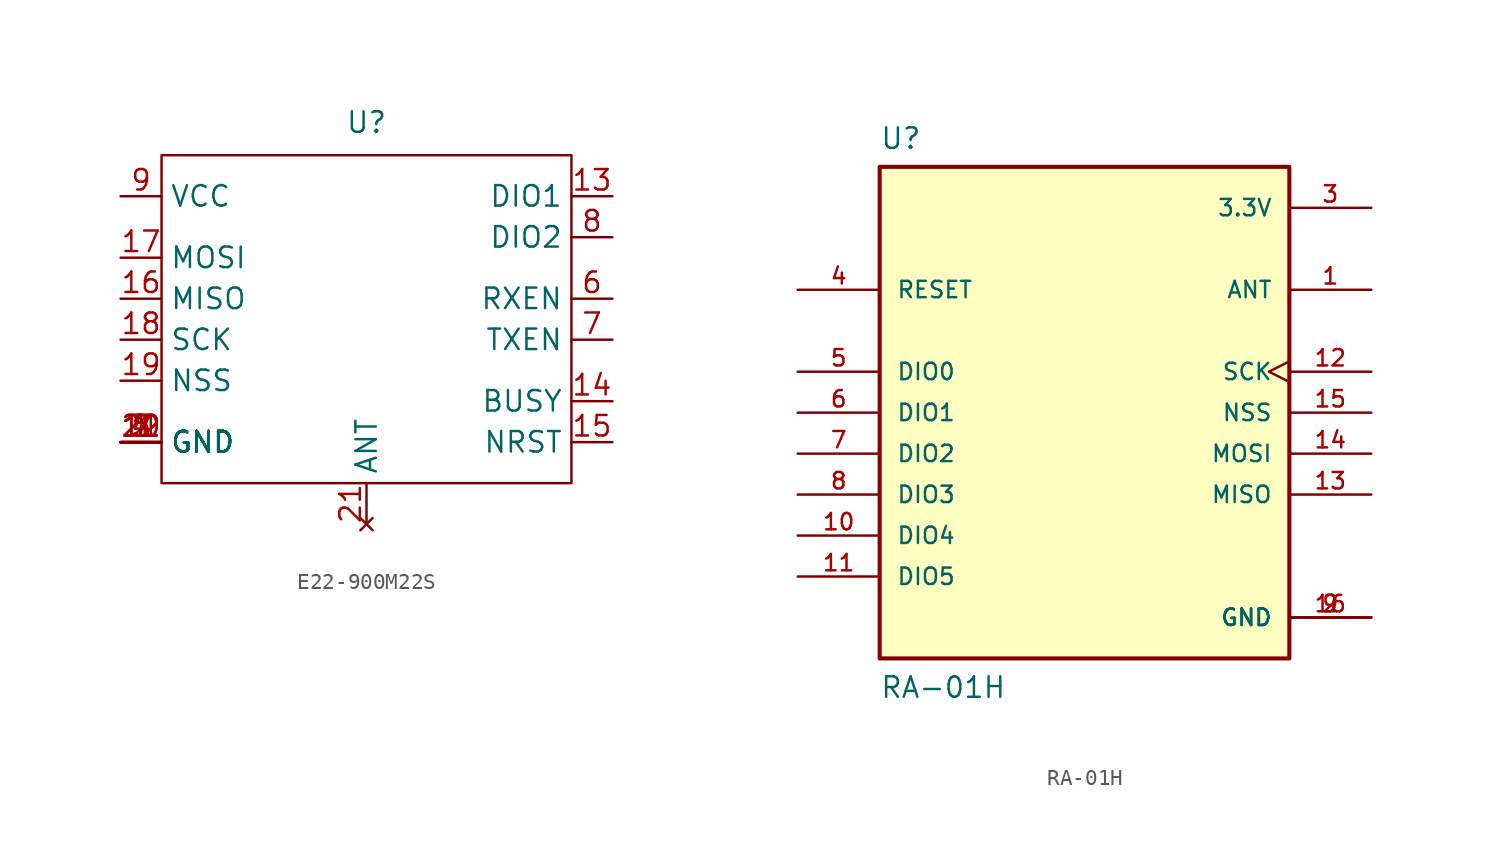
<source format=kicad_sym>
(kicad_symbol_lib
  (version 20231120)
  (generator "kicad_symbol_editor")
  (generator_version "8.0")
  (symbol "E22-900M22S"
    (property "Reference" "U"
      (at 0 12.192 0)
      (effects (font (size 1.27 1.27))))
    (property "Value" ""
      (at -12.065 12.065 0)
      (effects (font (size 1.27 1.27))))
    (symbol "E22-900M22S_0_1"
      (rectangle (start -12.7 10.16) (end 12.7 -10.16) (stroke (width 0) (type default)) (fill (type none))))
    (symbol "E22-900M22S_1_1"
      (pin power_in line (at -15.24 -7.62 0) (length 2.54) (name "GND" (effects (font (size 1.27 1.27)))) (number "1" (effects (font (size 1.27 1.27)))))
      (pin power_in line (at -15.24 -7.62 0) (length 2.54) (name "GND" (effects (font (size 1.27 1.27)))) (number "10" (effects (font (size 1.27 1.27)))))
      (pin power_in line (at -15.24 -7.62 0) (length 2.54) (name "GND" (effects (font (size 1.27 1.27)))) (number "11" (effects (font (size 1.27 1.27)))))
      (pin power_in line (at -15.24 -7.62 0) (length 2.54) (name "GND" (effects (font (size 1.27 1.27)))) (number "12" (effects (font (size 1.27 1.27)))))
      (pin bidirectional line (at 15.24 7.62 180) (length 2.54) (name "DIO1" (effects (font (size 1.27 1.27)))) (number "13" (effects (font (size 1.27 1.27)))))
      (pin output line (at 15.24 -5.08 180) (length 2.54) (name "BUSY" (effects (font (size 1.27 1.27)))) (number "14" (effects (font (size 1.27 1.27)))))
      (pin input line (at 15.24 -7.62 180) (length 2.54) (name "NRST" (effects (font (size 1.27 1.27)))) (number "15" (effects (font (size 1.27 1.27)))))
      (pin output line (at -15.24 1.27 0) (length 2.54) (name "MISO" (effects (font (size 1.27 1.27)))) (number "16" (effects (font (size 1.27 1.27)))))
      (pin input line (at -15.24 3.81 0) (length 2.54) (name "MOSI" (effects (font (size 1.27 1.27)))) (number "17" (effects (font (size 1.27 1.27)))))
      (pin input line (at -15.24 -1.27 0) (length 2.54) (name "SCK" (effects (font (size 1.27 1.27)))) (number "18" (effects (font (size 1.27 1.27)))))
      (pin input line (at -15.24 -3.81 0) (length 2.54) (name "NSS" (effects (font (size 1.27 1.27)))) (number "19" (effects (font (size 1.27 1.27)))))
      (pin power_in line (at -15.24 -7.62 0) (length 2.54) (name "GND" (effects (font (size 1.27 1.27)))) (number "2" (effects (font (size 1.27 1.27)))))
      (pin power_in line (at -15.24 -7.62 0) (length 2.54) (name "GND" (effects (font (size 1.27 1.27)))) (number "20" (effects (font (size 1.27 1.27)))))
      (pin no_connect line (at 0 -12.7 90) (length 2.54) (name "ANT" (effects (font (size 1.27 1.27)))) (number "21" (effects (font (size 1.27 1.27)))))
      (pin power_in line (at -15.24 -7.62 0) (length 2.54) (name "GND" (effects (font (size 1.27 1.27)))) (number "22" (effects (font (size 1.27 1.27)))))
      (pin power_in line (at -15.24 -7.62 0) (length 2.54) (name "GND" (effects (font (size 1.27 1.27)))) (number "3" (effects (font (size 1.27 1.27)))))
      (pin power_in line (at -15.24 -7.62 0) (length 2.54) (name "GND" (effects (font (size 1.27 1.27)))) (number "4" (effects (font (size 1.27 1.27)))))
      (pin power_in line (at -15.24 -7.62 0) (length 2.54) (name "GND" (effects (font (size 1.27 1.27)))) (number "5" (effects (font (size 1.27 1.27)))))
      (pin input line (at 15.24 1.27 180) (length 2.54) (name "RXEN" (effects (font (size 1.27 1.27)))) (number "6" (effects (font (size 1.27 1.27)))))
      (pin power_in line (at -15.24 -7.62 0) (length 2.54) (name "GND" (effects (font (size 1.27 1.27)))) (number "7" (effects (font (size 1.27 1.27)))))
      (pin input line (at 15.24 -1.27 180) (length 2.54) (name "TXEN" (effects (font (size 1.27 1.27)))) (number "7" (effects (font (size 1.27 1.27)))))
      (pin bidirectional line (at 15.24 5.08 180) (length 2.54) (name "DIO2" (effects (font (size 1.27 1.27)))) (number "8" (effects (font (size 1.27 1.27)))))
      (pin power_in line (at -15.24 7.62 0) (length 2.54) (name "VCC" (effects (font (size 1.27 1.27)))) (number "9" (effects (font (size 1.27 1.27)))))))
  (symbol "RA-01H"
    (pin_names
      (offset 1.016))
    (property "Reference" "U"
      (at -12.7 16.256 0)
      (effects (font (size 1.27 1.27)) (justify left bottom)))
    (property "Value" "RA-01H"
      (at -12.7 -17.78 0)
      (effects (font (size 1.27 1.27)) (justify left bottom)))
    (symbol "RA-01H_0_0"
      (rectangle (start -12.7 -15.24) (end 12.7 15.24) (stroke (width 0.254) (type default)) (fill (type background)))
      (pin bidirectional line (at 17.78 7.62 180) (length 5.08) (name "ANT" (effects (font (size 1.016 1.016)))) (number "1" (effects (font (size 1.016 1.016)))))
      (pin bidirectional line (at -17.78 -7.62 0) (length 5.08) (name "DIO4" (effects (font (size 1.016 1.016)))) (number "10" (effects (font (size 1.016 1.016)))))
      (pin bidirectional line (at -17.78 -10.16 0) (length 5.08) (name "DIO5" (effects (font (size 1.016 1.016)))) (number "11" (effects (font (size 1.016 1.016)))))
      (pin input clock (at 17.78 2.54 180) (length 5.08) (name "SCK" (effects (font (size 1.016 1.016)))) (number "12" (effects (font (size 1.016 1.016)))))
      (pin output line (at 17.78 -5.08 180) (length 5.08) (name "MISO" (effects (font (size 1.016 1.016)))) (number "13" (effects (font (size 1.016 1.016)))))
      (pin input line (at 17.78 -2.54 180) (length 5.08) (name "MOSI" (effects (font (size 1.016 1.016)))) (number "14" (effects (font (size 1.016 1.016)))))
      (pin input line (at 17.78 0 180) (length 5.08) (name "NSS" (effects (font (size 1.016 1.016)))) (number "15" (effects (font (size 1.016 1.016)))))
      (pin power_in line (at 17.78 -12.7 180) (length 5.08) (name "GND" (effects (font (size 1.016 1.016)))) (number "16" (effects (font (size 1.016 1.016)))))
      (pin power_in line (at 17.78 -12.7 180) (length 5.08) (name "GND" (effects (font (size 1.016 1.016)))) (number "2" (effects (font (size 1.016 1.016)))))
      (pin power_in line (at 17.78 12.7 180) (length 5.08) (name "3.3V" (effects (font (size 1.016 1.016)))) (number "3" (effects (font (size 1.016 1.016)))))
      (pin input line (at -17.78 7.62 0) (length 5.08) (name "RESET" (effects (font (size 1.016 1.016)))) (number "4" (effects (font (size 1.016 1.016)))))
      (pin bidirectional line (at -17.78 2.54 0) (length 5.08) (name "DIO0" (effects (font (size 1.016 1.016)))) (number "5" (effects (font (size 1.016 1.016)))))
      (pin bidirectional line (at -17.78 0 0) (length 5.08) (name "DIO1" (effects (font (size 1.016 1.016)))) (number "6" (effects (font (size 1.016 1.016)))))
      (pin bidirectional line (at -17.78 -2.54 0) (length 5.08) (name "DIO2" (effects (font (size 1.016 1.016)))) (number "7" (effects (font (size 1.016 1.016)))))
      (pin bidirectional line (at -17.78 -5.08 0) (length 5.08) (name "DIO3" (effects (font (size 1.016 1.016)))) (number "8" (effects (font (size 1.016 1.016)))))
      (pin power_in line (at 17.78 -12.7 180) (length 5.08) (name "GND" (effects (font (size 1.016 1.016)))) (number "9" (effects (font (size 1.016 1.016))))))))
</source>
